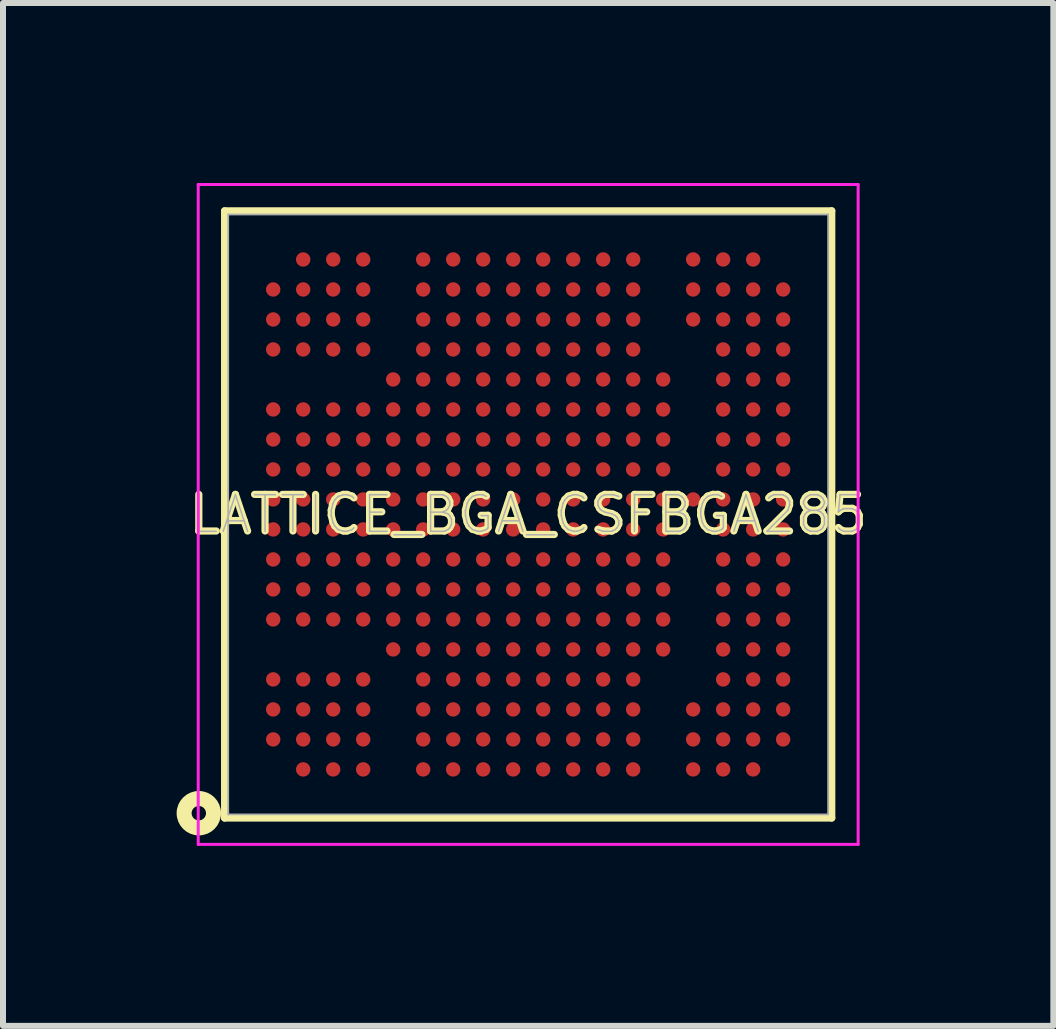
<source format=kicad_pcb>
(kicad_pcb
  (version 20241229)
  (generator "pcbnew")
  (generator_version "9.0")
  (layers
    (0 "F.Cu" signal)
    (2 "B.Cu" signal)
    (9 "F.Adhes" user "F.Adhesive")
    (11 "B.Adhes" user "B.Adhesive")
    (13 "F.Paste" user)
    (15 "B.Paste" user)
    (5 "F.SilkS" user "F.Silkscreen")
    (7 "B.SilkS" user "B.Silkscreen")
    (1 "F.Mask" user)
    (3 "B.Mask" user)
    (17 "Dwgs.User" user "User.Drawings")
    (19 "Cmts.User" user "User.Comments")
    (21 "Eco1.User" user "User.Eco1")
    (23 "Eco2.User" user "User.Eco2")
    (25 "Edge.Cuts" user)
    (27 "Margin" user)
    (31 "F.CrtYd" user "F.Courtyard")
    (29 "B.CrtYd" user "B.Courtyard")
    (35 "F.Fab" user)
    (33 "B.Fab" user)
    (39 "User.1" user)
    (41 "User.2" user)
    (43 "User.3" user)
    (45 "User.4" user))
  (footprint "LATTICE_BGA_CSFBGA285"
    (layer "F.Cu")
    (at 5.754 5.525)
    (property "Reference" "LATTICE_BGA_CSFBGA285" (at 0 0 0) (layer "F.SilkS") (effects (font (size 0.61 0.61) (thickness 0.12))))
    (attr smd)
    (fp_line (start -5.06 -5.06) (end -5.06 5.06) (stroke (width 0.12) (type solid)) (layer "F.SilkS"))
    (fp_line (start -5.06 5.06) (end 5.06 5.06) (stroke (width 0.12) (type solid)) (layer "F.SilkS"))
    (fp_line (start 5.06 -5.06) (end -5.06 -5.06) (stroke (width 0.12) (type solid)) (layer "F.SilkS"))
    (fp_line (start 5.06 5.06) (end 5.06 -5.06) (stroke (width 0.12) (type solid)) (layer "F.SilkS"))
    (fp_circle (center -5.49 4.98) (end -5.37 4.98) (stroke (width 0.25) (type solid)) (fill no) (layer "F.SilkS"))
    (fp_line (start -5.5 -5.5) (end 5.5 -5.5) (stroke (width 0.05) (type solid)) (layer "F.CrtYd"))
    (fp_line (start -5.5 5.5) (end -5.5 -5.5) (stroke (width 0.05) (type solid)) (layer "F.CrtYd"))
    (fp_line (start 5.5 -5.5) (end 5.5 5.5) (stroke (width 0.05) (type solid)) (layer "F.CrtYd"))
    (fp_line (start 5.5 5.5) (end -5.5 5.5) (stroke (width 0.05) (type solid)) (layer "F.CrtYd"))
    (fp_line (start -5 -5) (end 5 -5) (stroke (width 0.03) (type solid)) (layer "F.Fab"))
    (fp_line (start -5 5) (end -5 -5) (stroke (width 0.03) (type solid)) (layer "F.Fab"))
    (fp_line (start 5 -5) (end 5 5) (stroke (width 0.03) (type solid)) (layer "F.Fab"))
    (fp_line (start 5 5) (end -5 5) (stroke (width 0.03) (type solid)) (layer "F.Fab"))
    (fp_text user "${REFERENCE}" (at 0 0 0) (layer "F.Fab") (effects (font (size 0.61 0.61) (thickness 0.025))))
    (pad "A2" smd circle (at -4.25 3.75) (size 0.24 0.24) (layers "F.Cu" "F.Mask" "F.Paste"))
    (pad "A3" smd circle (at -4.25 3.25) (size 0.24 0.24) (layers "F.Cu" "F.Mask" "F.Paste"))
    (pad "A4" smd circle (at -4.25 2.75) (size 0.24 0.24) (layers "F.Cu" "F.Mask" "F.Paste"))
    (pad "A6" smd circle (at -4.25 1.75) (size 0.24 0.24) (layers "F.Cu" "F.Mask" "F.Paste"))
    (pad "A7" smd circle (at -4.25 1.25) (size 0.24 0.24) (layers "F.Cu" "F.Mask" "F.Paste"))
    (pad "A8" smd circle (at -4.25 0.75) (size 0.24 0.24) (layers "F.Cu" "F.Mask" "F.Paste"))
    (pad "A9" smd circle (at -4.25 0.25) (size 0.24 0.24) (layers "F.Cu" "F.Mask" "F.Paste"))
    (pad "A10" smd circle (at -4.25 -0.25) (size 0.24 0.24) (layers "F.Cu" "F.Mask" "F.Paste"))
    (pad "A11" smd circle (at -4.25 -0.75) (size 0.24 0.24) (layers "F.Cu" "F.Mask" "F.Paste"))
    (pad "A12" smd circle (at -4.25 -1.25) (size 0.24 0.24) (layers "F.Cu" "F.Mask" "F.Paste"))
    (pad "A13" smd circle (at -4.25 -1.75) (size 0.24 0.24) (layers "F.Cu" "F.Mask" "F.Paste"))
    (pad "A15" smd circle (at -4.25 -2.75) (size 0.24 0.24) (layers "F.Cu" "F.Mask" "F.Paste"))
    (pad "A16" smd circle (at -4.25 -3.25) (size 0.24 0.24) (layers "F.Cu" "F.Mask" "F.Paste"))
    (pad "A17" smd circle (at -4.25 -3.75) (size 0.24 0.24) (layers "F.Cu" "F.Mask" "F.Paste"))
    (pad "B1" smd circle (at -3.75 4.25) (size 0.24 0.24) (layers "F.Cu" "F.Mask" "F.Paste"))
    (pad "B2" smd circle (at -3.75 3.75) (size 0.24 0.24) (layers "F.Cu" "F.Mask" "F.Paste"))
    (pad "B3" smd circle (at -3.75 3.25) (size 0.24 0.24) (layers "F.Cu" "F.Mask" "F.Paste"))
    (pad "B4" smd circle (at -3.75 2.75) (size 0.24 0.24) (layers "F.Cu" "F.Mask" "F.Paste"))
    (pad "B6" smd circle (at -3.75 1.75) (size 0.24 0.24) (layers "F.Cu" "F.Mask" "F.Paste"))
    (pad "B7" smd circle (at -3.75 1.25) (size 0.24 0.24) (layers "F.Cu" "F.Mask" "F.Paste"))
    (pad "B8" smd circle (at -3.75 0.75) (size 0.24 0.24) (layers "F.Cu" "F.Mask" "F.Paste"))
    (pad "B9" smd circle (at -3.75 0.25) (size 0.24 0.24) (layers "F.Cu" "F.Mask" "F.Paste"))
    (pad "B10" smd circle (at -3.75 -0.25) (size 0.24 0.24) (layers "F.Cu" "F.Mask" "F.Paste"))
    (pad "B11" smd circle (at -3.75 -0.75) (size 0.24 0.24) (layers "F.Cu" "F.Mask" "F.Paste"))
    (pad "B12" smd circle (at -3.75 -1.25) (size 0.24 0.24) (layers "F.Cu" "F.Mask" "F.Paste"))
    (pad "B13" smd circle (at -3.75 -1.75) (size 0.24 0.24) (layers "F.Cu" "F.Mask" "F.Paste"))
    (pad "B15" smd circle (at -3.75 -2.75) (size 0.24 0.24) (layers "F.Cu" "F.Mask" "F.Paste"))
    (pad "B16" smd circle (at -3.75 -3.25) (size 0.24 0.24) (layers "F.Cu" "F.Mask" "F.Paste"))
    (pad "B17" smd circle (at -3.75 -3.75) (size 0.24 0.24) (layers "F.Cu" "F.Mask" "F.Paste"))
    (pad "B18" smd circle (at -3.75 -4.25) (size 0.24 0.24) (layers "F.Cu" "F.Mask" "F.Paste"))
    (pad "C1" smd circle (at -3.25 4.25) (size 0.24 0.24) (layers "F.Cu" "F.Mask" "F.Paste"))
    (pad "C2" smd circle (at -3.25 3.75) (size 0.24 0.24) (layers "F.Cu" "F.Mask" "F.Paste"))
    (pad "C3" smd circle (at -3.25 3.25) (size 0.24 0.24) (layers "F.Cu" "F.Mask" "F.Paste"))
    (pad "C4" smd circle (at -3.25 2.75) (size 0.24 0.24) (layers "F.Cu" "F.Mask" "F.Paste"))
    (pad "C6" smd circle (at -3.25 1.75) (size 0.24 0.24) (layers "F.Cu" "F.Mask" "F.Paste"))
    (pad "C7" smd circle (at -3.25 1.25) (size 0.24 0.24) (layers "F.Cu" "F.Mask" "F.Paste"))
    (pad "C8" smd circle (at -3.25 0.75) (size 0.24 0.24) (layers "F.Cu" "F.Mask" "F.Paste"))
    (pad "C9" smd circle (at -3.25 0.25) (size 0.24 0.24) (layers "F.Cu" "F.Mask" "F.Paste"))
    (pad "C10" smd circle (at -3.25 -0.25) (size 0.24 0.24) (layers "F.Cu" "F.Mask" "F.Paste"))
    (pad "C11" smd circle (at -3.25 -0.75) (size 0.24 0.24) (layers "F.Cu" "F.Mask" "F.Paste"))
    (pad "C12" smd circle (at -3.25 -1.25) (size 0.24 0.24) (layers "F.Cu" "F.Mask" "F.Paste"))
    (pad "C13" smd circle (at -3.25 -1.75) (size 0.24 0.24) (layers "F.Cu" "F.Mask" "F.Paste"))
    (pad "C15" smd circle (at -3.25 -2.75) (size 0.24 0.24) (layers "F.Cu" "F.Mask" "F.Paste"))
    (pad "C16" smd circle (at -3.25 -3.25) (size 0.24 0.24) (layers "F.Cu" "F.Mask" "F.Paste"))
    (pad "C17" smd circle (at -3.25 -3.75) (size 0.24 0.24) (layers "F.Cu" "F.Mask" "F.Paste"))
    (pad "C18" smd circle (at -3.25 -4.25) (size 0.24 0.24) (layers "F.Cu" "F.Mask" "F.Paste"))
    (pad "D1" smd circle (at -2.75 4.25) (size 0.24 0.24) (layers "F.Cu" "F.Mask" "F.Paste"))
    (pad "D2" smd circle (at -2.75 3.75) (size 0.24 0.24) (layers "F.Cu" "F.Mask" "F.Paste"))
    (pad "D3" smd circle (at -2.75 3.25) (size 0.24 0.24) (layers "F.Cu" "F.Mask" "F.Paste"))
    (pad "D4" smd circle (at -2.75 2.75) (size 0.24 0.24) (layers "F.Cu" "F.Mask" "F.Paste"))
    (pad "D6" smd circle (at -2.75 1.75) (size 0.24 0.24) (layers "F.Cu" "F.Mask" "F.Paste"))
    (pad "D7" smd circle (at -2.75 1.25) (size 0.24 0.24) (layers "F.Cu" "F.Mask" "F.Paste"))
    (pad "D8" smd circle (at -2.75 0.75) (size 0.24 0.24) (layers "F.Cu" "F.Mask" "F.Paste"))
    (pad "D9" smd circle (at -2.75 0.25) (size 0.24 0.24) (layers "F.Cu" "F.Mask" "F.Paste"))
    (pad "D10" smd circle (at -2.75 -0.25) (size 0.24 0.24) (layers "F.Cu" "F.Mask" "F.Paste"))
    (pad "D11" smd circle (at -2.75 -0.75) (size 0.24 0.24) (layers "F.Cu" "F.Mask" "F.Paste"))
    (pad "D12" smd circle (at -2.75 -1.25) (size 0.24 0.24) (layers "F.Cu" "F.Mask" "F.Paste"))
    (pad "D13" smd circle (at -2.75 -1.75) (size 0.24 0.24) (layers "F.Cu" "F.Mask" "F.Paste"))
    (pad "D15" smd circle (at -2.75 -2.75) (size 0.24 0.24) (layers "F.Cu" "F.Mask" "F.Paste"))
    (pad "D16" smd circle (at -2.75 -3.25) (size 0.24 0.24) (layers "F.Cu" "F.Mask" "F.Paste"))
    (pad "D17" smd circle (at -2.75 -3.75) (size 0.24 0.24) (layers "F.Cu" "F.Mask" "F.Paste"))
    (pad "D18" smd circle (at -2.75 -4.25) (size 0.24 0.24) (layers "F.Cu" "F.Mask" "F.Paste"))
    (pad "E5" smd circle (at -2.25 2.25) (size 0.24 0.24) (layers "F.Cu" "F.Mask" "F.Paste"))
    (pad "E6" smd circle (at -2.25 1.75) (size 0.24 0.24) (layers "F.Cu" "F.Mask" "F.Paste"))
    (pad "E7" smd circle (at -2.25 1.25) (size 0.24 0.24) (layers "F.Cu" "F.Mask" "F.Paste"))
    (pad "E8" smd circle (at -2.25 0.75) (size 0.24 0.24) (layers "F.Cu" "F.Mask" "F.Paste"))
    (pad "E9" smd circle (at -2.25 0.25) (size 0.24 0.24) (layers "F.Cu" "F.Mask" "F.Paste"))
    (pad "E10" smd circle (at -2.25 -0.25) (size 0.24 0.24) (layers "F.Cu" "F.Mask" "F.Paste"))
    (pad "E11" smd circle (at -2.25 -0.75) (size 0.24 0.24) (layers "F.Cu" "F.Mask" "F.Paste"))
    (pad "E12" smd circle (at -2.25 -1.25) (size 0.24 0.24) (layers "F.Cu" "F.Mask" "F.Paste"))
    (pad "E13" smd circle (at -2.25 -1.75) (size 0.24 0.24) (layers "F.Cu" "F.Mask" "F.Paste"))
    (pad "E14" smd circle (at -2.25 -2.25) (size 0.24 0.24) (layers "F.Cu" "F.Mask" "F.Paste"))
    (pad "F1" smd circle (at -1.75 4.25) (size 0.24 0.24) (layers "F.Cu" "F.Mask" "F.Paste"))
    (pad "F2" smd circle (at -1.75 3.75) (size 0.24 0.24) (layers "F.Cu" "F.Mask" "F.Paste"))
    (pad "F3" smd circle (at -1.75 3.25) (size 0.24 0.24) (layers "F.Cu" "F.Mask" "F.Paste"))
    (pad "F4" smd circle (at -1.75 2.75) (size 0.24 0.24) (layers "F.Cu" "F.Mask" "F.Paste"))
    (pad "F5" smd circle (at -1.75 2.25) (size 0.24 0.24) (layers "F.Cu" "F.Mask" "F.Paste"))
    (pad "F6" smd circle (at -1.75 1.75) (size 0.24 0.24) (layers "F.Cu" "F.Mask" "F.Paste"))
    (pad "F7" smd circle (at -1.75 1.25) (size 0.24 0.24) (layers "F.Cu" "F.Mask" "F.Paste"))
    (pad "F8" smd circle (at -1.75 0.75) (size 0.24 0.24) (layers "F.Cu" "F.Mask" "F.Paste"))
    (pad "F9" smd circle (at -1.75 0.25) (size 0.24 0.24) (layers "F.Cu" "F.Mask" "F.Paste"))
    (pad "F10" smd circle (at -1.75 -0.25) (size 0.24 0.24) (layers "F.Cu" "F.Mask" "F.Paste"))
    (pad "F11" smd circle (at -1.75 -0.75) (size 0.24 0.24) (layers "F.Cu" "F.Mask" "F.Paste"))
    (pad "F12" smd circle (at -1.75 -1.25) (size 0.24 0.24) (layers "F.Cu" "F.Mask" "F.Paste"))
    (pad "F13" smd circle (at -1.75 -1.75) (size 0.24 0.24) (layers "F.Cu" "F.Mask" "F.Paste"))
    (pad "F14" smd circle (at -1.75 -2.25) (size 0.24 0.24) (layers "F.Cu" "F.Mask" "F.Paste"))
    (pad "F15" smd circle (at -1.75 -2.75) (size 0.24 0.24) (layers "F.Cu" "F.Mask" "F.Paste"))
    (pad "F16" smd circle (at -1.75 -3.25) (size 0.24 0.24) (layers "F.Cu" "F.Mask" "F.Paste"))
    (pad "F17" smd circle (at -1.75 -3.75) (size 0.24 0.24) (layers "F.Cu" "F.Mask" "F.Paste"))
    (pad "F18" smd circle (at -1.75 -4.25) (size 0.24 0.24) (layers "F.Cu" "F.Mask" "F.Paste"))
    (pad "G1" smd circle (at -1.25 4.25) (size 0.24 0.24) (layers "F.Cu" "F.Mask" "F.Paste"))
    (pad "G2" smd circle (at -1.25 3.75) (size 0.24 0.24) (layers "F.Cu" "F.Mask" "F.Paste"))
    (pad "G3" smd circle (at -1.25 3.25) (size 0.24 0.24) (layers "F.Cu" "F.Mask" "F.Paste"))
    (pad "G4" smd circle (at -1.25 2.75) (size 0.24 0.24) (layers "F.Cu" "F.Mask" "F.Paste"))
    (pad "G5" smd circle (at -1.25 2.25) (size 0.24 0.24) (layers "F.Cu" "F.Mask" "F.Paste"))
    (pad "G6" smd circle (at -1.25 1.75) (size 0.24 0.24) (layers "F.Cu" "F.Mask" "F.Paste"))
    (pad "G7" smd circle (at -1.25 1.25) (size 0.24 0.24) (layers "F.Cu" "F.Mask" "F.Paste"))
    (pad "G8" smd circle (at -1.25 0.75) (size 0.24 0.24) (layers "F.Cu" "F.Mask" "F.Paste"))
    (pad "G9" smd circle (at -1.25 0.25) (size 0.24 0.24) (layers "F.Cu" "F.Mask" "F.Paste"))
    (pad "G10" smd circle (at -1.25 -0.25) (size 0.24 0.24) (layers "F.Cu" "F.Mask" "F.Paste"))
    (pad "G11" smd circle (at -1.25 -0.75) (size 0.24 0.24) (layers "F.Cu" "F.Mask" "F.Paste"))
    (pad "G12" smd circle (at -1.25 -1.25) (size 0.24 0.24) (layers "F.Cu" "F.Mask" "F.Paste"))
    (pad "G13" smd circle (at -1.25 -1.75) (size 0.24 0.24) (layers "F.Cu" "F.Mask" "F.Paste"))
    (pad "G14" smd circle (at -1.25 -2.25) (size 0.24 0.24) (layers "F.Cu" "F.Mask" "F.Paste"))
    (pad "G15" smd circle (at -1.25 -2.75) (size 0.24 0.24) (layers "F.Cu" "F.Mask" "F.Paste"))
    (pad "G16" smd circle (at -1.25 -3.25) (size 0.24 0.24) (layers "F.Cu" "F.Mask" "F.Paste"))
    (pad "G17" smd circle (at -1.25 -3.75) (size 0.24 0.24) (layers "F.Cu" "F.Mask" "F.Paste"))
    (pad "G18" smd circle (at -1.25 -4.25) (size 0.24 0.24) (layers "F.Cu" "F.Mask" "F.Paste"))
    (pad "H1" smd circle (at -0.75 4.25) (size 0.24 0.24) (layers "F.Cu" "F.Mask" "F.Paste"))
    (pad "H2" smd circle (at -0.75 3.75) (size 0.24 0.24) (layers "F.Cu" "F.Mask" "F.Paste"))
    (pad "H3" smd circle (at -0.75 3.25) (size 0.24 0.24) (layers "F.Cu" "F.Mask" "F.Paste"))
    (pad "H4" smd circle (at -0.75 2.75) (size 0.24 0.24) (layers "F.Cu" "F.Mask" "F.Paste"))
    (pad "H5" smd circle (at -0.75 2.25) (size 0.24 0.24) (layers "F.Cu" "F.Mask" "F.Paste"))
    (pad "H6" smd circle (at -0.75 1.75) (size 0.24 0.24) (layers "F.Cu" "F.Mask" "F.Paste"))
    (pad "H7" smd circle (at -0.75 1.25) (size 0.24 0.24) (layers "F.Cu" "F.Mask" "F.Paste"))
    (pad "H8" smd circle (at -0.75 0.75) (size 0.24 0.24) (layers "F.Cu" "F.Mask" "F.Paste"))
    (pad "H9" smd circle (at -0.75 0.25) (size 0.24 0.24) (layers "F.Cu" "F.Mask" "F.Paste"))
    (pad "H10" smd circle (at -0.75 -0.25) (size 0.24 0.24) (layers "F.Cu" "F.Mask" "F.Paste"))
    (pad "H11" smd circle (at -0.75 -0.75) (size 0.24 0.24) (layers "F.Cu" "F.Mask" "F.Paste"))
    (pad "H12" smd circle (at -0.75 -1.25) (size 0.24 0.24) (layers "F.Cu" "F.Mask" "F.Paste"))
    (pad "H13" smd circle (at -0.75 -1.75) (size 0.24 0.24) (layers "F.Cu" "F.Mask" "F.Paste"))
    (pad "H14" smd circle (at -0.75 -2.25) (size 0.24 0.24) (layers "F.Cu" "F.Mask" "F.Paste"))
    (pad "H15" smd circle (at -0.75 -2.75) (size 0.24 0.24) (layers "F.Cu" "F.Mask" "F.Paste"))
    (pad "H16" smd circle (at -0.75 -3.25) (size 0.24 0.24) (layers "F.Cu" "F.Mask" "F.Paste"))
    (pad "H17" smd circle (at -0.75 -3.75) (size 0.24 0.24) (layers "F.Cu" "F.Mask" "F.Paste"))
    (pad "H18" smd circle (at -0.75 -4.25) (size 0.24 0.24) (layers "F.Cu" "F.Mask" "F.Paste"))
    (pad "J1" smd circle (at -0.25 4.25) (size 0.24 0.24) (layers "F.Cu" "F.Mask" "F.Paste"))
    (pad "J2" smd circle (at -0.25 3.75) (size 0.24 0.24) (layers "F.Cu" "F.Mask" "F.Paste"))
    (pad "J3" smd circle (at -0.25 3.25) (size 0.24 0.24) (layers "F.Cu" "F.Mask" "F.Paste"))
    (pad "J4" smd circle (at -0.25 2.75) (size 0.24 0.24) (layers "F.Cu" "F.Mask" "F.Paste"))
    (pad "J5" smd circle (at -0.25 2.25) (size 0.24 0.24) (layers "F.Cu" "F.Mask" "F.Paste"))
    (pad "J6" smd circle (at -0.25 1.75) (size 0.24 0.24) (layers "F.Cu" "F.Mask" "F.Paste"))
    (pad "J7" smd circle (at -0.25 1.25) (size 0.24 0.24) (layers "F.Cu" "F.Mask" "F.Paste"))
    (pad "J8" smd circle (at -0.25 0.75) (size 0.24 0.24) (layers "F.Cu" "F.Mask" "F.Paste"))
    (pad "J9" smd circle (at -0.25 0.25) (size 0.24 0.24) (layers "F.Cu" "F.Mask" "F.Paste"))
    (pad "J10" smd circle (at -0.25 -0.25) (size 0.24 0.24) (layers "F.Cu" "F.Mask" "F.Paste"))
    (pad "J11" smd circle (at -0.25 -0.75) (size 0.24 0.24) (layers "F.Cu" "F.Mask" "F.Paste"))
    (pad "J12" smd circle (at -0.25 -1.25) (size 0.24 0.24) (layers "F.Cu" "F.Mask" "F.Paste"))
    (pad "J13" smd circle (at -0.25 -1.75) (size 0.24 0.24) (layers "F.Cu" "F.Mask" "F.Paste"))
    (pad "J14" smd circle (at -0.25 -2.25) (size 0.24 0.24) (layers "F.Cu" "F.Mask" "F.Paste"))
    (pad "J15" smd circle (at -0.25 -2.75) (size 0.24 0.24) (layers "F.Cu" "F.Mask" "F.Paste"))
    (pad "J16" smd circle (at -0.25 -3.25) (size 0.24 0.24) (layers "F.Cu" "F.Mask" "F.Paste"))
    (pad "J17" smd circle (at -0.25 -3.75) (size 0.24 0.24) (layers "F.Cu" "F.Mask" "F.Paste"))
    (pad "J18" smd circle (at -0.25 -4.25) (size 0.24 0.24) (layers "F.Cu" "F.Mask" "F.Paste"))
    (pad "K1" smd circle (at 0.25 4.25) (size 0.24 0.24) (layers "F.Cu" "F.Mask" "F.Paste"))
    (pad "K2" smd circle (at 0.25 3.75) (size 0.24 0.24) (layers "F.Cu" "F.Mask" "F.Paste"))
    (pad "K3" smd circle (at 0.25 3.25) (size 0.24 0.24) (layers "F.Cu" "F.Mask" "F.Paste"))
    (pad "K4" smd circle (at 0.25 2.75) (size 0.24 0.24) (layers "F.Cu" "F.Mask" "F.Paste"))
    (pad "K5" smd circle (at 0.25 2.25) (size 0.24 0.24) (layers "F.Cu" "F.Mask" "F.Paste"))
    (pad "K6" smd circle (at 0.25 1.75) (size 0.24 0.24) (layers "F.Cu" "F.Mask" "F.Paste"))
    (pad "K7" smd circle (at 0.25 1.25) (size 0.24 0.24) (layers "F.Cu" "F.Mask" "F.Paste"))
    (pad "K8" smd circle (at 0.25 0.75) (size 0.24 0.24) (layers "F.Cu" "F.Mask" "F.Paste"))
    (pad "K9" smd circle (at 0.25 0.25) (size 0.24 0.24) (layers "F.Cu" "F.Mask" "F.Paste"))
    (pad "K10" smd circle (at 0.25 -0.25) (size 0.24 0.24) (layers "F.Cu" "F.Mask" "F.Paste"))
    (pad "K11" smd circle (at 0.25 -0.75) (size 0.24 0.24) (layers "F.Cu" "F.Mask" "F.Paste"))
    (pad "K12" smd circle (at 0.25 -1.25) (size 0.24 0.24) (layers "F.Cu" "F.Mask" "F.Paste"))
    (pad "K13" smd circle (at 0.25 -1.75) (size 0.24 0.24) (layers "F.Cu" "F.Mask" "F.Paste"))
    (pad "K14" smd circle (at 0.25 -2.25) (size 0.24 0.24) (layers "F.Cu" "F.Mask" "F.Paste"))
    (pad "K15" smd circle (at 0.25 -2.75) (size 0.24 0.24) (layers "F.Cu" "F.Mask" "F.Paste"))
    (pad "K16" smd circle (at 0.25 -3.25) (size 0.24 0.24) (layers "F.Cu" "F.Mask" "F.Paste"))
    (pad "K17" smd circle (at 0.25 -3.75) (size 0.24 0.24) (layers "F.Cu" "F.Mask" "F.Paste"))
    (pad "K18" smd circle (at 0.25 -4.25) (size 0.24 0.24) (layers "F.Cu" "F.Mask" "F.Paste"))
    (pad "L1" smd circle (at 0.75 4.25) (size 0.24 0.24) (layers "F.Cu" "F.Mask" "F.Paste"))
    (pad "L2" smd circle (at 0.75 3.75) (size 0.24 0.24) (layers "F.Cu" "F.Mask" "F.Paste"))
    (pad "L3" smd circle (at 0.75 3.25) (size 0.24 0.24) (layers "F.Cu" "F.Mask" "F.Paste"))
    (pad "L4" smd circle (at 0.75 2.75) (size 0.24 0.24) (layers "F.Cu" "F.Mask" "F.Paste"))
    (pad "L5" smd circle (at 0.75 2.25) (size 0.24 0.24) (layers "F.Cu" "F.Mask" "F.Paste"))
    (pad "L6" smd circle (at 0.75 1.75) (size 0.24 0.24) (layers "F.Cu" "F.Mask" "F.Paste"))
    (pad "L7" smd circle (at 0.75 1.25) (size 0.24 0.24) (layers "F.Cu" "F.Mask" "F.Paste"))
    (pad "L8" smd circle (at 0.75 0.75) (size 0.24 0.24) (layers "F.Cu" "F.Mask" "F.Paste"))
    (pad "L9" smd circle (at 0.75 0.25) (size 0.24 0.24) (layers "F.Cu" "F.Mask" "F.Paste"))
    (pad "L10" smd circle (at 0.75 -0.25) (size 0.24 0.24) (layers "F.Cu" "F.Mask" "F.Paste"))
    (pad "L11" smd circle (at 0.75 -0.75) (size 0.24 0.24) (layers "F.Cu" "F.Mask" "F.Paste"))
    (pad "L12" smd circle (at 0.75 -1.25) (size 0.24 0.24) (layers "F.Cu" "F.Mask" "F.Paste"))
    (pad "L13" smd circle (at 0.75 -1.75) (size 0.24 0.24) (layers "F.Cu" "F.Mask" "F.Paste"))
    (pad "L14" smd circle (at 0.75 -2.25) (size 0.24 0.24) (layers "F.Cu" "F.Mask" "F.Paste"))
    (pad "L15" smd circle (at 0.75 -2.75) (size 0.24 0.24) (layers "F.Cu" "F.Mask" "F.Paste"))
    (pad "L16" smd circle (at 0.75 -3.25) (size 0.24 0.24) (layers "F.Cu" "F.Mask" "F.Paste"))
    (pad "L17" smd circle (at 0.75 -3.75) (size 0.24 0.24) (layers "F.Cu" "F.Mask" "F.Paste"))
    (pad "L18" smd circle (at 0.75 -4.25) (size 0.24 0.24) (layers "F.Cu" "F.Mask" "F.Paste"))
    (pad "M1" smd circle (at 1.25 4.25) (size 0.24 0.24) (layers "F.Cu" "F.Mask" "F.Paste"))
    (pad "M2" smd circle (at 1.25 3.75) (size 0.24 0.24) (layers "F.Cu" "F.Mask" "F.Paste"))
    (pad "M3" smd circle (at 1.25 3.25) (size 0.24 0.24) (layers "F.Cu" "F.Mask" "F.Paste"))
    (pad "M4" smd circle (at 1.25 2.75) (size 0.24 0.24) (layers "F.Cu" "F.Mask" "F.Paste"))
    (pad "M5" smd circle (at 1.25 2.25) (size 0.24 0.24) (layers "F.Cu" "F.Mask" "F.Paste"))
    (pad "M6" smd circle (at 1.25 1.75) (size 0.24 0.24) (layers "F.Cu" "F.Mask" "F.Paste"))
    (pad "M7" smd circle (at 1.25 1.25) (size 0.24 0.24) (layers "F.Cu" "F.Mask" "F.Paste"))
    (pad "M8" smd circle (at 1.25 0.75) (size 0.24 0.24) (layers "F.Cu" "F.Mask" "F.Paste"))
    (pad "M9" smd circle (at 1.25 0.25) (size 0.24 0.24) (layers "F.Cu" "F.Mask" "F.Paste"))
    (pad "M10" smd circle (at 1.25 -0.25) (size 0.24 0.24) (layers "F.Cu" "F.Mask" "F.Paste"))
    (pad "M11" smd circle (at 1.25 -0.75) (size 0.24 0.24) (layers "F.Cu" "F.Mask" "F.Paste"))
    (pad "M12" smd circle (at 1.25 -1.25) (size 0.24 0.24) (layers "F.Cu" "F.Mask" "F.Paste"))
    (pad "M13" smd circle (at 1.25 -1.75) (size 0.24 0.24) (layers "F.Cu" "F.Mask" "F.Paste"))
    (pad "M14" smd circle (at 1.25 -2.25) (size 0.24 0.24) (layers "F.Cu" "F.Mask" "F.Paste"))
    (pad "M15" smd circle (at 1.25 -2.75) (size 0.24 0.24) (layers "F.Cu" "F.Mask" "F.Paste"))
    (pad "M16" smd circle (at 1.25 -3.25) (size 0.24 0.24) (layers "F.Cu" "F.Mask" "F.Paste"))
    (pad "M17" smd circle (at 1.25 -3.75) (size 0.24 0.24) (layers "F.Cu" "F.Mask" "F.Paste"))
    (pad "M18" smd circle (at 1.25 -4.25) (size 0.24 0.24) (layers "F.Cu" "F.Mask" "F.Paste"))
    (pad "N1" smd circle (at 1.75 4.25) (size 0.24 0.24) (layers "F.Cu" "F.Mask" "F.Paste"))
    (pad "N2" smd circle (at 1.75 3.75) (size 0.24 0.24) (layers "F.Cu" "F.Mask" "F.Paste"))
    (pad "N3" smd circle (at 1.75 3.25) (size 0.24 0.24) (layers "F.Cu" "F.Mask" "F.Paste"))
    (pad "N4" smd circle (at 1.75 2.75) (size 0.24 0.24) (layers "F.Cu" "F.Mask" "F.Paste"))
    (pad "N5" smd circle (at 1.75 2.25) (size 0.24 0.24) (layers "F.Cu" "F.Mask" "F.Paste"))
    (pad "N6" smd circle (at 1.75 1.75) (size 0.24 0.24) (layers "F.Cu" "F.Mask" "F.Paste"))
    (pad "N7" smd circle (at 1.75 1.25) (size 0.24 0.24) (layers "F.Cu" "F.Mask" "F.Paste"))
    (pad "N8" smd circle (at 1.75 0.75) (size 0.24 0.24) (layers "F.Cu" "F.Mask" "F.Paste"))
    (pad "N9" smd circle (at 1.75 0.25) (size 0.24 0.24) (layers "F.Cu" "F.Mask" "F.Paste"))
    (pad "N10" smd circle (at 1.75 -0.25) (size 0.24 0.24) (layers "F.Cu" "F.Mask" "F.Paste"))
    (pad "N11" smd circle (at 1.75 -0.75) (size 0.24 0.24) (layers "F.Cu" "F.Mask" "F.Paste"))
    (pad "N12" smd circle (at 1.75 -1.25) (size 0.24 0.24) (layers "F.Cu" "F.Mask" "F.Paste"))
    (pad "N13" smd circle (at 1.75 -1.75) (size 0.24 0.24) (layers "F.Cu" "F.Mask" "F.Paste"))
    (pad "N14" smd circle (at 1.75 -2.25) (size 0.24 0.24) (layers "F.Cu" "F.Mask" "F.Paste"))
    (pad "N15" smd circle (at 1.75 -2.75) (size 0.24 0.24) (layers "F.Cu" "F.Mask" "F.Paste"))
    (pad "N16" smd circle (at 1.75 -3.25) (size 0.24 0.24) (layers "F.Cu" "F.Mask" "F.Paste"))
    (pad "N17" smd circle (at 1.75 -3.75) (size 0.24 0.24) (layers "F.Cu" "F.Mask" "F.Paste"))
    (pad "N18" smd circle (at 1.75 -4.25) (size 0.24 0.24) (layers "F.Cu" "F.Mask" "F.Paste"))
    (pad "P5" smd circle (at 2.25 2.25) (size 0.24 0.24) (layers "F.Cu" "F.Mask" "F.Paste"))
    (pad "P6" smd circle (at 2.25 1.75) (size 0.24 0.24) (layers "F.Cu" "F.Mask" "F.Paste"))
    (pad "P7" smd circle (at 2.25 1.25) (size 0.24 0.24) (layers "F.Cu" "F.Mask" "F.Paste"))
    (pad "P8" smd circle (at 2.25 0.75) (size 0.24 0.24) (layers "F.Cu" "F.Mask" "F.Paste"))
    (pad "P9" smd circle (at 2.25 0.25) (size 0.24 0.24) (layers "F.Cu" "F.Mask" "F.Paste"))
    (pad "P10" smd circle (at 2.25 -0.25) (size 0.24 0.24) (layers "F.Cu" "F.Mask" "F.Paste"))
    (pad "P11" smd circle (at 2.25 -0.75) (size 0.24 0.24) (layers "F.Cu" "F.Mask" "F.Paste"))
    (pad "P12" smd circle (at 2.25 -1.25) (size 0.24 0.24) (layers "F.Cu" "F.Mask" "F.Paste"))
    (pad "P13" smd circle (at 2.25 -1.75) (size 0.24 0.24) (layers "F.Cu" "F.Mask" "F.Paste"))
    (pad "P14" smd circle (at 2.25 -2.25) (size 0.24 0.24) (layers "F.Cu" "F.Mask" "F.Paste"))
    (pad "R1" smd circle (at 2.75 4.25) (size 0.24 0.24) (layers "F.Cu" "F.Mask" "F.Paste"))
    (pad "R2" smd circle (at 2.75 3.75) (size 0.24 0.24) (layers "F.Cu" "F.Mask" "F.Paste"))
    (pad "R3" smd circle (at 2.75 3.25) (size 0.24 0.24) (layers "F.Cu" "F.Mask" "F.Paste"))
    (pad "R10" smd circle (at 2.75 -0.25) (size 0.24 0.24) (layers "F.Cu" "F.Mask" "F.Paste"))
    (pad "R16" smd circle (at 2.75 -3.25) (size 0.24 0.24) (layers "F.Cu" "F.Mask" "F.Paste"))
    (pad "R17" smd circle (at 2.75 -3.75) (size 0.24 0.24) (layers "F.Cu" "F.Mask" "F.Paste"))
    (pad "R18" smd circle (at 2.75 -4.25) (size 0.24 0.24) (layers "F.Cu" "F.Mask" "F.Paste"))
    (pad "T1" smd circle (at 3.25 4.25) (size 0.24 0.24) (layers "F.Cu" "F.Mask" "F.Paste"))
    (pad "T2" smd circle (at 3.25 3.75) (size 0.24 0.24) (layers "F.Cu" "F.Mask" "F.Paste"))
    (pad "T3" smd circle (at 3.25 3.25) (size 0.24 0.24) (layers "F.Cu" "F.Mask" "F.Paste"))
    (pad "T4" smd circle (at 3.25 2.75) (size 0.24 0.24) (layers "F.Cu" "F.Mask" "F.Paste"))
    (pad "T5" smd circle (at 3.25 2.25) (size 0.24 0.24) (layers "F.Cu" "F.Mask" "F.Paste"))
    (pad "T6" smd circle (at 3.25 1.75) (size 0.24 0.24) (layers "F.Cu" "F.Mask" "F.Paste"))
    (pad "T7" smd circle (at 3.25 1.25) (size 0.24 0.24) (layers "F.Cu" "F.Mask" "F.Paste"))
    (pad "T8" smd circle (at 3.25 0.75) (size 0.24 0.24) (layers "F.Cu" "F.Mask" "F.Paste"))
    (pad "T9" smd circle (at 3.25 0.25) (size 0.24 0.24) (layers "F.Cu" "F.Mask" "F.Paste"))
    (pad "T10" smd circle (at 3.25 -0.25) (size 0.24 0.24) (layers "F.Cu" "F.Mask" "F.Paste"))
    (pad "T11" smd circle (at 3.25 -0.75) (size 0.24 0.24) (layers "F.Cu" "F.Mask" "F.Paste"))
    (pad "T12" smd circle (at 3.25 -1.25) (size 0.24 0.24) (layers "F.Cu" "F.Mask" "F.Paste"))
    (pad "T13" smd circle (at 3.25 -1.75) (size 0.24 0.24) (layers "F.Cu" "F.Mask" "F.Paste"))
    (pad "T14" smd circle (at 3.25 -2.25) (size 0.24 0.24) (layers "F.Cu" "F.Mask" "F.Paste"))
    (pad "T15" smd circle (at 3.25 -2.75) (size 0.24 0.24) (layers "F.Cu" "F.Mask" "F.Paste"))
    (pad "T16" smd circle (at 3.25 -3.25) (size 0.24 0.24) (layers "F.Cu" "F.Mask" "F.Paste"))
    (pad "T17" smd circle (at 3.25 -3.75) (size 0.24 0.24) (layers "F.Cu" "F.Mask" "F.Paste"))
    (pad "T18" smd circle (at 3.25 -4.25) (size 0.24 0.24) (layers "F.Cu" "F.Mask" "F.Paste"))
    (pad "U1" smd circle (at 3.75 4.25) (size 0.24 0.24) (layers "F.Cu" "F.Mask" "F.Paste"))
    (pad "U2" smd circle (at 3.75 3.75) (size 0.24 0.24) (layers "F.Cu" "F.Mask" "F.Paste"))
    (pad "U3" smd circle (at 3.75 3.25) (size 0.24 0.24) (layers "F.Cu" "F.Mask" "F.Paste"))
    (pad "U4" smd circle (at 3.75 2.75) (size 0.24 0.24) (layers "F.Cu" "F.Mask" "F.Paste"))
    (pad "U5" smd circle (at 3.75 2.25) (size 0.24 0.24) (layers "F.Cu" "F.Mask" "F.Paste"))
    (pad "U6" smd circle (at 3.75 1.75) (size 0.24 0.24) (layers "F.Cu" "F.Mask" "F.Paste"))
    (pad "U7" smd circle (at 3.75 1.25) (size 0.24 0.24) (layers "F.Cu" "F.Mask" "F.Paste"))
    (pad "U8" smd circle (at 3.75 0.75) (size 0.24 0.24) (layers "F.Cu" "F.Mask" "F.Paste"))
    (pad "U9" smd circle (at 3.75 0.25) (size 0.24 0.24) (layers "F.Cu" "F.Mask" "F.Paste"))
    (pad "U10" smd circle (at 3.75 -0.25) (size 0.24 0.24) (layers "F.Cu" "F.Mask" "F.Paste"))
    (pad "U11" smd circle (at 3.75 -0.75) (size 0.24 0.24) (layers "F.Cu" "F.Mask" "F.Paste"))
    (pad "U12" smd circle (at 3.75 -1.25) (size 0.24 0.24) (layers "F.Cu" "F.Mask" "F.Paste"))
    (pad "U13" smd circle (at 3.75 -1.75) (size 0.24 0.24) (layers "F.Cu" "F.Mask" "F.Paste"))
    (pad "U14" smd circle (at 3.75 -2.25) (size 0.24 0.24) (layers "F.Cu" "F.Mask" "F.Paste"))
    (pad "U15" smd circle (at 3.75 -2.75) (size 0.24 0.24) (layers "F.Cu" "F.Mask" "F.Paste"))
    (pad "U16" smd circle (at 3.75 -3.25) (size 0.24 0.24) (layers "F.Cu" "F.Mask" "F.Paste"))
    (pad "U17" smd circle (at 3.75 -3.75) (size 0.24 0.24) (layers "F.Cu" "F.Mask" "F.Paste"))
    (pad "U18" smd circle (at 3.75 -4.25) (size 0.24 0.24) (layers "F.Cu" "F.Mask" "F.Paste"))
    (pad "V2" smd circle (at 4.25 3.75) (size 0.24 0.24) (layers "F.Cu" "F.Mask" "F.Paste"))
    (pad "V3" smd circle (at 4.25 3.25) (size 0.24 0.24) (layers "F.Cu" "F.Mask" "F.Paste"))
    (pad "V4" smd circle (at 4.25 2.75) (size 0.24 0.24) (layers "F.Cu" "F.Mask" "F.Paste"))
    (pad "V5" smd circle (at 4.25 2.25) (size 0.24 0.24) (layers "F.Cu" "F.Mask" "F.Paste"))
    (pad "V6" smd circle (at 4.25 1.75) (size 0.24 0.24) (layers "F.Cu" "F.Mask" "F.Paste"))
    (pad "V7" smd circle (at 4.25 1.25) (size 0.24 0.24) (layers "F.Cu" "F.Mask" "F.Paste"))
    (pad "V8" smd circle (at 4.25 0.75) (size 0.24 0.24) (layers "F.Cu" "F.Mask" "F.Paste"))
    (pad "V9" smd circle (at 4.25 0.25) (size 0.24 0.24) (layers "F.Cu" "F.Mask" "F.Paste"))
    (pad "V10" smd circle (at 4.25 -0.25) (size 0.24 0.24) (layers "F.Cu" "F.Mask" "F.Paste"))
    (pad "V11" smd circle (at 4.25 -0.75) (size 0.24 0.24) (layers "F.Cu" "F.Mask" "F.Paste"))
    (pad "V12" smd circle (at 4.25 -1.25) (size 0.24 0.24) (layers "F.Cu" "F.Mask" "F.Paste"))
    (pad "V13" smd circle (at 4.25 -1.75) (size 0.24 0.24) (layers "F.Cu" "F.Mask" "F.Paste"))
    (pad "V14" smd circle (at 4.25 -2.25) (size 0.24 0.24) (layers "F.Cu" "F.Mask" "F.Paste"))
    (pad "V15" smd circle (at 4.25 -2.75) (size 0.24 0.24) (layers "F.Cu" "F.Mask" "F.Paste"))
    (pad "V16" smd circle (at 4.25 -3.25) (size 0.24 0.24) (layers "F.Cu" "F.Mask" "F.Paste"))
    (pad "V17" smd circle (at 4.25 -3.75) (size 0.24 0.24) (layers "F.Cu" "F.Mask" "F.Paste")))
  (gr_rect
    (start -3 -3)
    (end 14.508 14.05)
    (stroke (width 0.1) (type default))
    (fill no)
    (layer "Edge.Cuts")))
</source>
